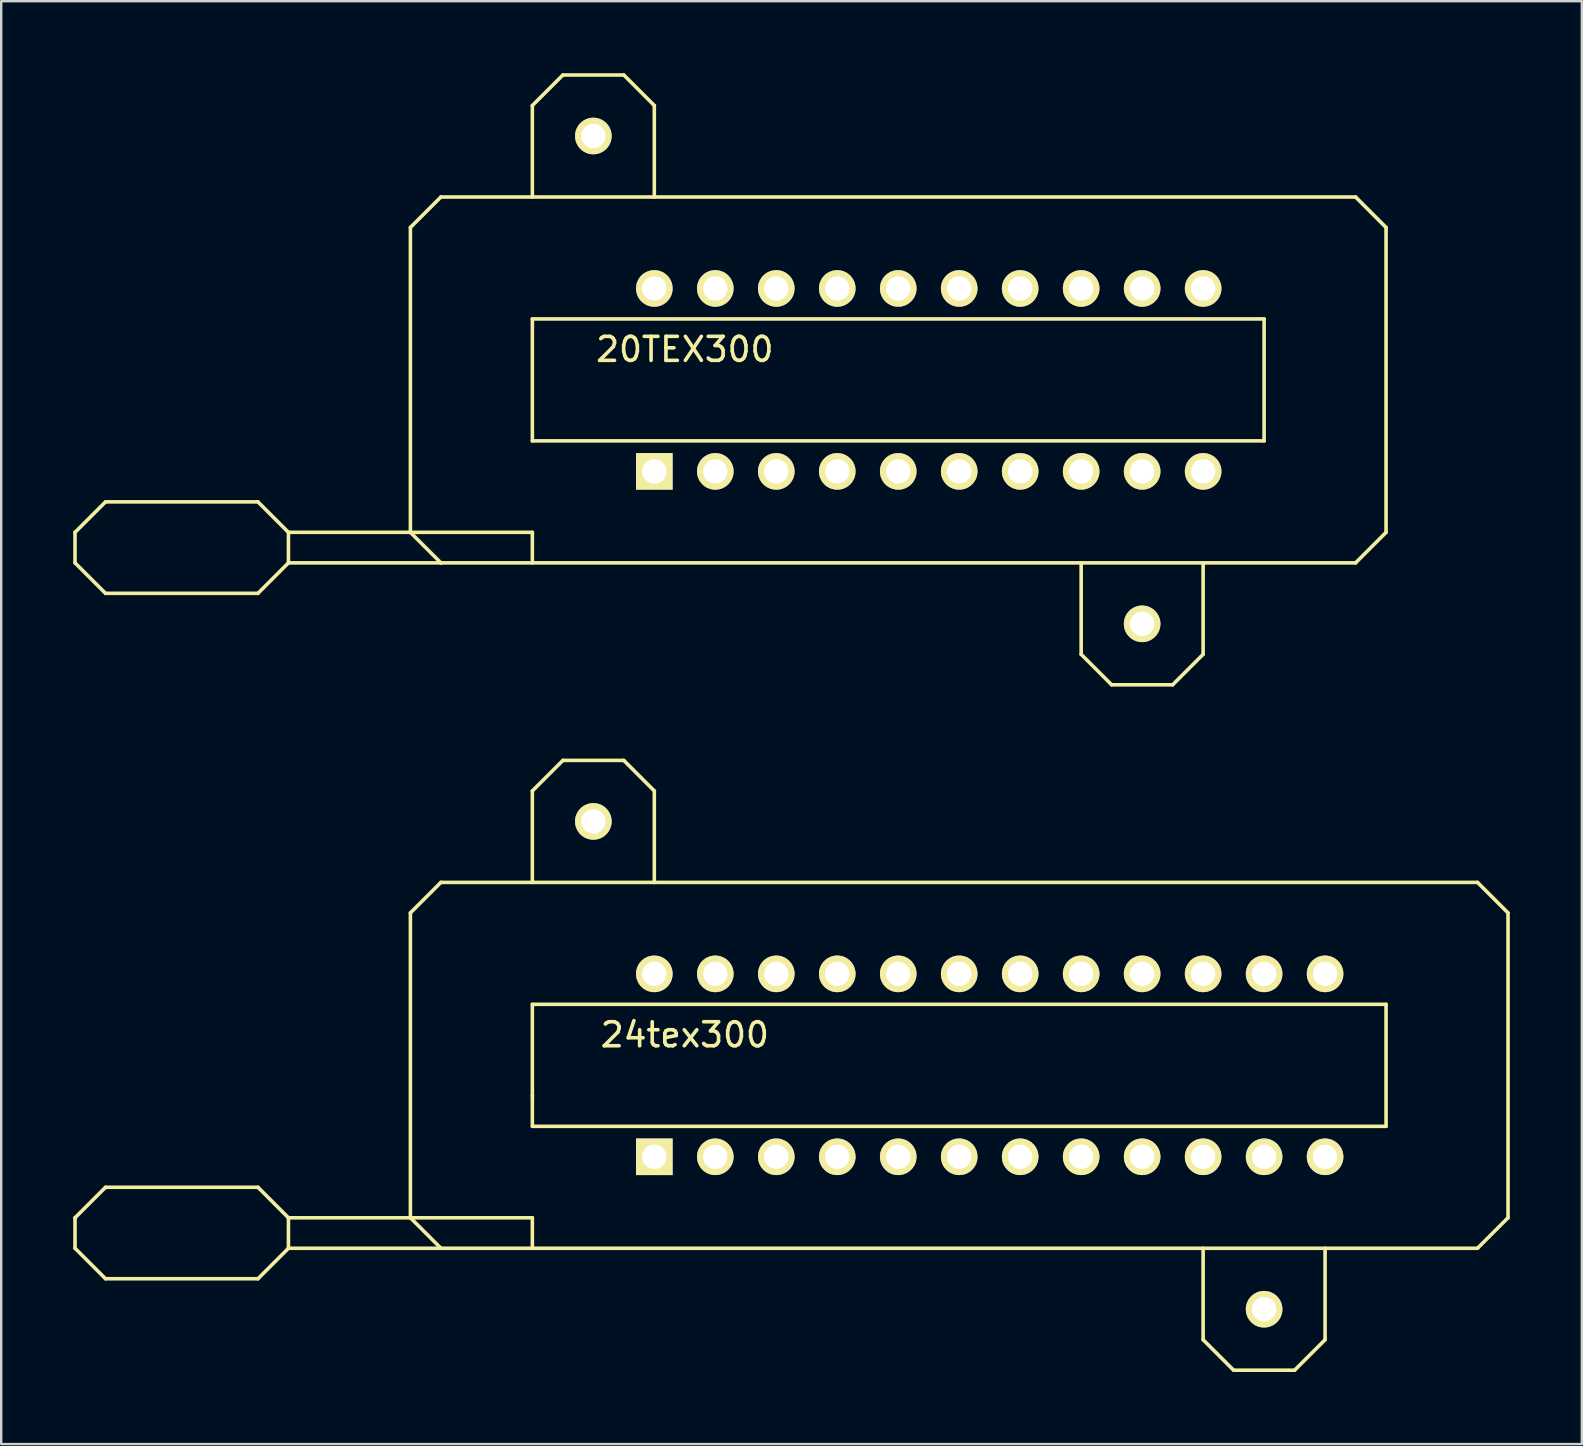
<source format=kicad_pcb>
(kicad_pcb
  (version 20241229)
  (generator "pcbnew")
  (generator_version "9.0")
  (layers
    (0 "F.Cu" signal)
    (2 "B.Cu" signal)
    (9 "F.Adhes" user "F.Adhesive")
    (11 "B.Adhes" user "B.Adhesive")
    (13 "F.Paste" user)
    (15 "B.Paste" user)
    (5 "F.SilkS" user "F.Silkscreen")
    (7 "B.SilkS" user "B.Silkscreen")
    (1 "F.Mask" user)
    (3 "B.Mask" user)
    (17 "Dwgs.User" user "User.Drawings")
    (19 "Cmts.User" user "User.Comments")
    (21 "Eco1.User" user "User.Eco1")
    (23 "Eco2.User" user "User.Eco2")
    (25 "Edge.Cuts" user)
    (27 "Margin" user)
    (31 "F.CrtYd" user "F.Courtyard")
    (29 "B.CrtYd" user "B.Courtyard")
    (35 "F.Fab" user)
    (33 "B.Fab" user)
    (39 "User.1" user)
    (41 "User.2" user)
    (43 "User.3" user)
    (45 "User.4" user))
  (footprint "24tex300"
    (layer "F.Cu")
    (at 38.175 41.325)
    (property "Reference" "24tex300" (at -12.7 -1.27 0) (layer "F.SilkS") (effects (font (size 1 1) (thickness 0.15))))
    (attr through_hole)
    (fp_line (start -38.1 6.35) (end -38.1 7.62) (stroke (width 0.15) (type solid)) (layer "F.SilkS"))
    (fp_line (start -38.1 7.62) (end -36.83 8.89) (stroke (width 0.15) (type solid)) (layer "F.SilkS"))
    (fp_line (start -36.83 5.08) (end -38.1 6.35) (stroke (width 0.15) (type solid)) (layer "F.SilkS"))
    (fp_line (start -36.83 8.89) (end -30.48 8.89) (stroke (width 0.15) (type solid)) (layer "F.SilkS"))
    (fp_line (start -30.48 5.08) (end -36.83 5.08) (stroke (width 0.15) (type solid)) (layer "F.SilkS"))
    (fp_line (start -30.48 5.08) (end -29.21 6.35) (stroke (width 0.15) (type solid)) (layer "F.SilkS"))
    (fp_line (start -30.48 8.89) (end -29.21 7.62) (stroke (width 0.15) (type solid)) (layer "F.SilkS"))
    (fp_line (start -29.21 6.35) (end -29.21 7.62) (stroke (width 0.15) (type solid)) (layer "F.SilkS"))
    (fp_line (start -29.21 6.35) (end -19.05 6.35) (stroke (width 0.15) (type solid)) (layer "F.SilkS"))
    (fp_line (start -29.21 7.62) (end -22.86 7.62) (stroke (width 0.15) (type solid)) (layer "F.SilkS"))
    (fp_line (start -24.13 -6.35) (end -24.13 6.35) (stroke (width 0.15) (type solid)) (layer "F.SilkS"))
    (fp_line (start -24.13 6.35) (end -22.86 7.62) (stroke (width 0.15) (type solid)) (layer "F.SilkS"))
    (fp_line (start -22.86 -7.62) (end -24.13 -6.35) (stroke (width 0.15) (type solid)) (layer "F.SilkS"))
    (fp_line (start -22.86 7.62) (end 20.32 7.62) (stroke (width 0.15) (type solid)) (layer "F.SilkS"))
    (fp_line (start -19.05 -11.43) (end -19.05 -7.62) (stroke (width 0.15) (type solid)) (layer "F.SilkS"))
    (fp_line (start -19.05 -2.54) (end 16.51 -2.54) (stroke (width 0.15) (type solid)) (layer "F.SilkS"))
    (fp_line (start -19.05 1.27) (end -19.05 -2.54) (stroke (width 0.15) (type solid)) (layer "F.SilkS"))
    (fp_line (start -19.05 2.54) (end -19.05 1.27) (stroke (width 0.15) (type solid)) (layer "F.SilkS"))
    (fp_line (start -19.05 6.35) (end -19.05 7.62) (stroke (width 0.15) (type solid)) (layer "F.SilkS"))
    (fp_line (start -17.78 -12.7) (end -19.05 -11.43) (stroke (width 0.15) (type solid)) (layer "F.SilkS"))
    (fp_line (start -15.24 -12.7) (end -17.78 -12.7) (stroke (width 0.15) (type solid)) (layer "F.SilkS"))
    (fp_line (start -13.97 -11.43) (end -15.24 -12.7) (stroke (width 0.15) (type solid)) (layer "F.SilkS"))
    (fp_line (start -13.97 -7.62) (end -13.97 -11.43) (stroke (width 0.15) (type solid)) (layer "F.SilkS"))
    (fp_line (start 8.89 11.43) (end 8.89 7.62) (stroke (width 0.15) (type solid)) (layer "F.SilkS"))
    (fp_line (start 10.16 12.7) (end 8.89 11.43) (stroke (width 0.15) (type solid)) (layer "F.SilkS"))
    (fp_line (start 12.7 12.7) (end 10.16 12.7) (stroke (width 0.15) (type solid)) (layer "F.SilkS"))
    (fp_line (start 13.97 7.62) (end 13.97 11.43) (stroke (width 0.15) (type solid)) (layer "F.SilkS"))
    (fp_line (start 13.97 11.43) (end 12.7 12.7) (stroke (width 0.15) (type solid)) (layer "F.SilkS"))
    (fp_line (start 16.51 -2.54) (end 16.51 2.54) (stroke (width 0.15) (type solid)) (layer "F.SilkS"))
    (fp_line (start 16.51 2.54) (end -19.05 2.54) (stroke (width 0.15) (type solid)) (layer "F.SilkS"))
    (fp_line (start 20.32 -7.62) (end -22.86 -7.62) (stroke (width 0.15) (type solid)) (layer "F.SilkS"))
    (fp_line (start 20.32 7.62) (end 21.59 6.35) (stroke (width 0.15) (type solid)) (layer "F.SilkS"))
    (fp_line (start 21.59 -6.35) (end 20.32 -7.62) (stroke (width 0.15) (type solid)) (layer "F.SilkS"))
    (fp_line (start 21.59 6.35) (end 21.59 -6.35) (stroke (width 0.15) (type solid)) (layer "F.SilkS"))
    (pad "1" thru_hole rect (at -13.97 3.81) (size 1.524 1.524) (drill 1.016) (layers "*.Cu" "*.Mask" "F.SilkS"))
    (pad "2" thru_hole circle (at -11.43 3.81) (size 1.524 1.524) (drill 1.016) (layers "*.Cu" "*.Mask" "F.SilkS"))
    (pad "3" thru_hole circle (at -8.89 3.81) (size 1.524 1.524) (drill 1.016) (layers "*.Cu" "*.Mask" "F.SilkS"))
    (pad "4" thru_hole circle (at -6.35 3.81) (size 1.524 1.524) (drill 1.016) (layers "*.Cu" "*.Mask" "F.SilkS"))
    (pad "5" thru_hole circle (at -3.81 3.81) (size 1.524 1.524) (drill 1.016) (layers "*.Cu" "*.Mask" "F.SilkS"))
    (pad "6" thru_hole circle (at -1.27 3.81) (size 1.524 1.524) (drill 1.016) (layers "*.Cu" "*.Mask" "F.SilkS"))
    (pad "7" thru_hole circle (at 1.27 3.81) (size 1.524 1.524) (drill 1.016) (layers "*.Cu" "*.Mask" "F.SilkS"))
    (pad "8" thru_hole circle (at 3.81 3.81) (size 1.524 1.524) (drill 1.016) (layers "*.Cu" "*.Mask" "F.SilkS"))
    (pad "9" thru_hole circle (at 6.35 3.81) (size 1.524 1.524) (drill 1.016) (layers "*.Cu" "*.Mask" "F.SilkS"))
    (pad "10" thru_hole circle (at 8.89 3.81) (size 1.524 1.524) (drill 1.016) (layers "*.Cu" "*.Mask" "F.SilkS"))
    (pad "11" thru_hole circle (at 11.43 3.81) (size 1.524 1.524) (drill 1.016) (layers "*.Cu" "*.Mask" "F.SilkS"))
    (pad "12" thru_hole circle (at 13.97 3.81) (size 1.524 1.524) (drill 1.016) (layers "*.Cu" "*.Mask" "F.SilkS"))
    (pad "13" thru_hole circle (at 13.97 -3.81) (size 1.524 1.524) (drill 1.016) (layers "*.Cu" "*.Mask" "F.SilkS"))
    (pad "14" thru_hole circle (at 11.43 -3.81) (size 1.524 1.524) (drill 1.016) (layers "*.Cu" "*.Mask" "F.SilkS"))
    (pad "15" thru_hole circle (at 8.89 -3.81) (size 1.524 1.524) (drill 1.016) (layers "*.Cu" "*.Mask" "F.SilkS"))
    (pad "16" thru_hole circle (at 6.35 -3.81) (size 1.524 1.524) (drill 1.016) (layers "*.Cu" "*.Mask" "F.SilkS"))
    (pad "17" thru_hole circle (at 3.81 -3.81) (size 1.524 1.524) (drill 1.016) (layers "*.Cu" "*.Mask" "F.SilkS"))
    (pad "18" thru_hole circle (at 1.27 -3.81) (size 1.524 1.524) (drill 1.016) (layers "*.Cu" "*.Mask" "F.SilkS"))
    (pad "19" thru_hole circle (at -1.27 -3.81) (size 1.524 1.524) (drill 1.016) (layers "*.Cu" "*.Mask" "F.SilkS"))
    (pad "20" thru_hole circle (at -3.81 -3.81) (size 1.524 1.524) (drill 1.016) (layers "*.Cu" "*.Mask" "F.SilkS"))
    (pad "21" thru_hole circle (at -6.35 -3.81) (size 1.524 1.524) (drill 1.016) (layers "*.Cu" "*.Mask" "F.SilkS"))
    (pad "22" thru_hole circle (at -8.89 -3.81) (size 1.524 1.524) (drill 1.016) (layers "*.Cu" "*.Mask" "F.SilkS"))
    (pad "23" thru_hole circle (at -11.43 -3.81) (size 1.524 1.524) (drill 1.016) (layers "*.Cu" "*.Mask" "F.SilkS"))
    (pad "24" thru_hole circle (at -13.97 -3.81) (size 1.524 1.524) (drill 1.016) (layers "*.Cu" "*.Mask" "F.SilkS"))
    (pad "HOLE" thru_hole circle (at -16.51 -10.16) (size 1.524 1.524) (drill 1.016) (layers "*.Cu" "*.Mask" "F.SilkS"))
    (pad "HOLE" thru_hole circle (at 11.43 10.16) (size 1.524 1.524) (drill 1.016) (layers "*.Cu" "*.Mask" "F.SilkS")))
  (footprint "20TEX300"
    (layer "F.Cu")
    (at 35.635 12.775)
    (property "Reference" "20TEX300" (at -10.16 -1.27 180) (layer "F.SilkS") (effects (font (size 1 1) (thickness 0.15))))
    (attr through_hole)
    (fp_line (start -35.56 6.35) (end -35.56 7.62) (stroke (width 0.15) (type solid)) (layer "F.SilkS"))
    (fp_line (start -35.56 7.62) (end -34.29 8.89) (stroke (width 0.15) (type solid)) (layer "F.SilkS"))
    (fp_line (start -34.29 5.08) (end -35.56 6.35) (stroke (width 0.15) (type solid)) (layer "F.SilkS"))
    (fp_line (start -34.29 8.89) (end -27.94 8.89) (stroke (width 0.15) (type solid)) (layer "F.SilkS"))
    (fp_line (start -27.94 5.08) (end -34.29 5.08) (stroke (width 0.15) (type solid)) (layer "F.SilkS"))
    (fp_line (start -27.94 8.89) (end -26.67 7.62) (stroke (width 0.15) (type solid)) (layer "F.SilkS"))
    (fp_line (start -26.67 6.35) (end -27.94 5.08) (stroke (width 0.15) (type solid)) (layer "F.SilkS"))
    (fp_line (start -26.67 6.35) (end -16.51 6.35) (stroke (width 0.15) (type solid)) (layer "F.SilkS"))
    (fp_line (start -26.67 7.62) (end -26.67 6.35) (stroke (width 0.15) (type solid)) (layer "F.SilkS"))
    (fp_line (start -26.67 7.62) (end -20.32 7.62) (stroke (width 0.15) (type solid)) (layer "F.SilkS"))
    (fp_line (start -21.59 -6.35) (end -20.32 -7.62) (stroke (width 0.15) (type solid)) (layer "F.SilkS"))
    (fp_line (start -21.59 6.35) (end -21.59 -6.35) (stroke (width 0.15) (type solid)) (layer "F.SilkS"))
    (fp_line (start -20.32 -7.62) (end 17.78 -7.62) (stroke (width 0.15) (type solid)) (layer "F.SilkS"))
    (fp_line (start -20.32 7.62) (end -21.59 6.35) (stroke (width 0.15) (type solid)) (layer "F.SilkS"))
    (fp_line (start -16.51 -11.43) (end -16.51 -7.62) (stroke (width 0.15) (type solid)) (layer "F.SilkS"))
    (fp_line (start -16.51 -2.54) (end -16.51 2.54) (stroke (width 0.15) (type solid)) (layer "F.SilkS"))
    (fp_line (start -16.51 2.54) (end 13.97 2.54) (stroke (width 0.15) (type solid)) (layer "F.SilkS"))
    (fp_line (start -16.51 6.35) (end -16.51 7.62) (stroke (width 0.15) (type solid)) (layer "F.SilkS"))
    (fp_line (start -15.24 -12.7) (end -16.51 -11.43) (stroke (width 0.15) (type solid)) (layer "F.SilkS"))
    (fp_line (start -12.7 -12.7) (end -15.24 -12.7) (stroke (width 0.15) (type solid)) (layer "F.SilkS"))
    (fp_line (start -11.43 -11.43) (end -12.7 -12.7) (stroke (width 0.15) (type solid)) (layer "F.SilkS"))
    (fp_line (start -11.43 -7.62) (end -11.43 -11.43) (stroke (width 0.15) (type solid)) (layer "F.SilkS"))
    (fp_line (start 6.35 11.43) (end 6.35 7.62) (stroke (width 0.15) (type solid)) (layer "F.SilkS"))
    (fp_line (start 7.62 12.7) (end 6.35 11.43) (stroke (width 0.15) (type solid)) (layer "F.SilkS"))
    (fp_line (start 10.16 12.7) (end 7.62 12.7) (stroke (width 0.15) (type solid)) (layer "F.SilkS"))
    (fp_line (start 11.43 11.43) (end 10.16 12.7) (stroke (width 0.15) (type solid)) (layer "F.SilkS"))
    (fp_line (start 11.43 11.43) (end 11.43 7.62) (stroke (width 0.15) (type solid)) (layer "F.SilkS"))
    (fp_line (start 13.97 -2.54) (end -16.51 -2.54) (stroke (width 0.15) (type solid)) (layer "F.SilkS"))
    (fp_line (start 13.97 2.54) (end 13.97 -2.54) (stroke (width 0.15) (type solid)) (layer "F.SilkS"))
    (fp_line (start 17.78 -7.62) (end 19.05 -6.35) (stroke (width 0.15) (type solid)) (layer "F.SilkS"))
    (fp_line (start 17.78 7.62) (end -20.32 7.62) (stroke (width 0.15) (type solid)) (layer "F.SilkS"))
    (fp_line (start 19.05 -6.35) (end 19.05 6.35) (stroke (width 0.15) (type solid)) (layer "F.SilkS"))
    (fp_line (start 19.05 6.35) (end 17.78 7.62) (stroke (width 0.15) (type solid)) (layer "F.SilkS"))
    (pad "1" thru_hole rect (at -11.43 3.81) (size 1.524 1.524) (drill 1.016) (layers "*.Cu" "*.Mask" "F.SilkS"))
    (pad "2" thru_hole circle (at -8.89 3.81) (size 1.524 1.524) (drill 1.016) (layers "*.Cu" "*.Mask" "F.SilkS"))
    (pad "3" thru_hole circle (at -6.35 3.81) (size 1.524 1.524) (drill 1.016) (layers "*.Cu" "*.Mask" "F.SilkS"))
    (pad "4" thru_hole circle (at -3.81 3.81) (size 1.524 1.524) (drill 1.016) (layers "*.Cu" "*.Mask" "F.SilkS"))
    (pad "5" thru_hole circle (at -1.27 3.81) (size 1.524 1.524) (drill 1.016) (layers "*.Cu" "*.Mask" "F.SilkS"))
    (pad "6" thru_hole circle (at 1.27 3.81) (size 1.524 1.524) (drill 1.016) (layers "*.Cu" "*.Mask" "F.SilkS"))
    (pad "7" thru_hole circle (at 3.81 3.81) (size 1.524 1.524) (drill 1.016) (layers "*.Cu" "*.Mask" "F.SilkS"))
    (pad "8" thru_hole circle (at 6.35 3.81) (size 1.524 1.524) (drill 1.016) (layers "*.Cu" "*.Mask" "F.SilkS"))
    (pad "9" thru_hole circle (at 8.89 3.81) (size 1.524 1.524) (drill 1.016) (layers "*.Cu" "*.Mask" "F.SilkS"))
    (pad "10" thru_hole circle (at 11.43 3.81) (size 1.524 1.524) (drill 1.016) (layers "*.Cu" "*.Mask" "F.SilkS"))
    (pad "11" thru_hole circle (at 11.43 -3.81) (size 1.524 1.524) (drill 1.016) (layers "*.Cu" "*.Mask" "F.SilkS"))
    (pad "12" thru_hole circle (at 8.89 -3.81) (size 1.524 1.524) (drill 1.016) (layers "*.Cu" "*.Mask" "F.SilkS"))
    (pad "13" thru_hole circle (at 6.35 -3.81) (size 1.524 1.524) (drill 1.016) (layers "*.Cu" "*.Mask" "F.SilkS"))
    (pad "14" thru_hole circle (at 3.81 -3.81) (size 1.524 1.524) (drill 1.016) (layers "*.Cu" "*.Mask" "F.SilkS"))
    (pad "15" thru_hole circle (at 1.27 -3.81) (size 1.524 1.524) (drill 1.016) (layers "*.Cu" "*.Mask" "F.SilkS"))
    (pad "16" thru_hole circle (at -1.27 -3.81) (size 1.524 1.524) (drill 1.016) (layers "*.Cu" "*.Mask" "F.SilkS"))
    (pad "17" thru_hole circle (at -3.81 -3.81) (size 1.524 1.524) (drill 1.016) (layers "*.Cu" "*.Mask" "F.SilkS"))
    (pad "18" thru_hole circle (at -6.35 -3.81) (size 1.524 1.524) (drill 1.016) (layers "*.Cu" "*.Mask" "F.SilkS"))
    (pad "19" thru_hole circle (at -8.89 -3.81) (size 1.524 1.524) (drill 1.016) (layers "*.Cu" "*.Mask" "F.SilkS"))
    (pad "20" thru_hole circle (at -11.43 -3.81) (size 1.524 1.524) (drill 1.016) (layers "*.Cu" "*.Mask" "F.SilkS"))
    (pad "HOLE" thru_hole circle (at -13.97 -10.16) (size 1.524 1.524) (drill 1.016) (layers "*.Cu" "*.Mask" "F.SilkS"))
    (pad "HOLE" thru_hole circle (at 8.89 10.16) (size 1.524 1.524) (drill 1.016) (layers "*.Cu" "*.Mask" "F.SilkS")))
  (gr_rect
    (start -3 -3)
    (end 62.84 57.1)
    (stroke (width 0.1) (type default))
    (fill no)
    (layer "Edge.Cuts")))
</source>
